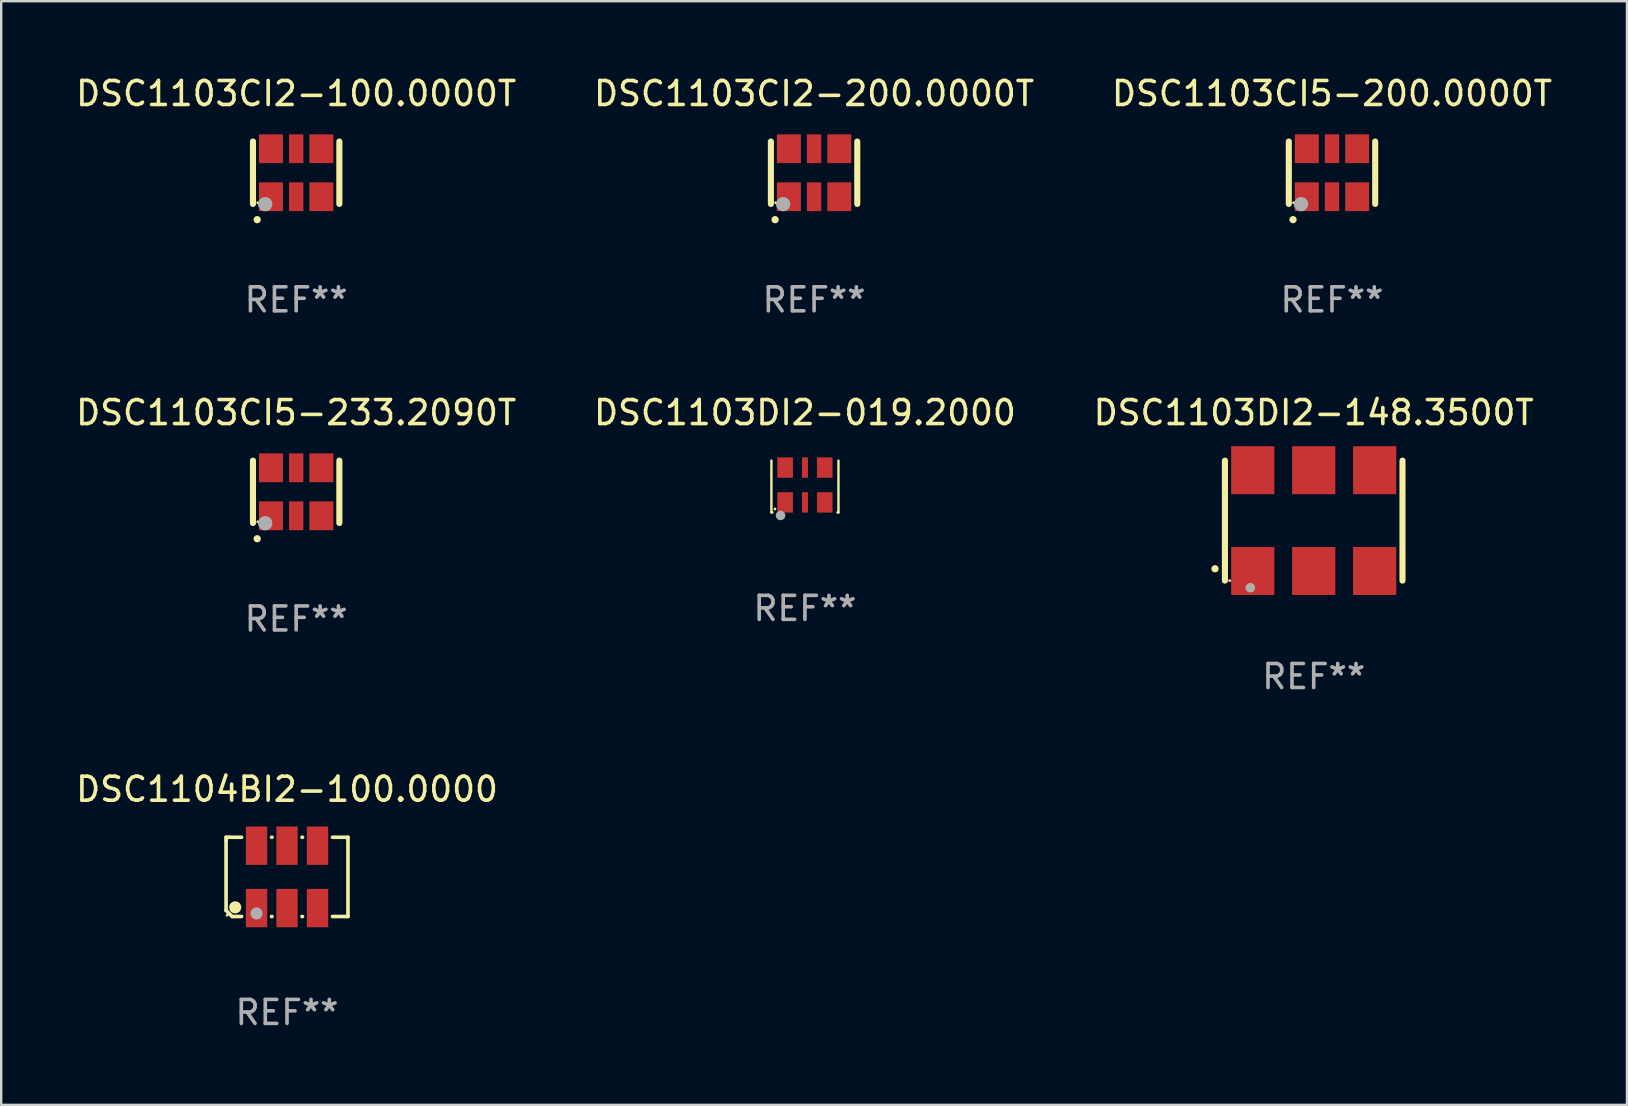
<source format=kicad_pcb>
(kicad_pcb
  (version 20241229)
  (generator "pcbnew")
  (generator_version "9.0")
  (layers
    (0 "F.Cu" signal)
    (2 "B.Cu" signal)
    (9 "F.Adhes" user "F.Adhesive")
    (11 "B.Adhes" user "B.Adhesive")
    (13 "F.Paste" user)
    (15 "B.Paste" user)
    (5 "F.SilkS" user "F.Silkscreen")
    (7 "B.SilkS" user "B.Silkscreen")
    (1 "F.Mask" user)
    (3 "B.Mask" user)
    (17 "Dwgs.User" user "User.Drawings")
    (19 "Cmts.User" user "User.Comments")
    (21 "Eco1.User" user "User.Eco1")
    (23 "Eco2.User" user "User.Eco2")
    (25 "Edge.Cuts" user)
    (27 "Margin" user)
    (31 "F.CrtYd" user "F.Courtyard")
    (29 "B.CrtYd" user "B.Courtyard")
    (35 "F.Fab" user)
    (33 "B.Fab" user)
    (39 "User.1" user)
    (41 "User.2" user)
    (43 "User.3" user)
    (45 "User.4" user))
  (footprint "DSC1103CI2-200.0000T"
    (layer "F.Cu")
    (at 30.875 4.148)
    (property "Reference" "DSC1103CI2-200.0000T" (at 0 -3.3 0) (layer "F.SilkS") (effects (font (size 1 1) (thickness 0.15))))
    (attr through_hole)
    (fp_line (start -1.8 -1.3) (end -1.8 1.3) (stroke (width 0.254) (type solid)) (layer "F.SilkS"))
    (fp_line (start 1.8 -1.3) (end 1.8 1.3) (stroke (width 0.254) (type solid)) (layer "F.SilkS"))
    (fp_arc (start -1.625603 1.955804) (mid -1.624333 1.955799) (end -1.623063 1.955804) (stroke (width 0.3) (type solid)) (layer "F.SilkS"))
    (fp_circle (center -1.6 1.25) (end -1.57 1.25) (stroke (width 0.06) (type solid)) (fill no) (layer "F.SilkS"))
    (fp_circle (center -1.29 1.31) (end -1.14 1.31) (stroke (width 0.3) (type solid)) (fill no) (layer "F.Fab"))
    (fp_text user "REF**" (at 0 5.3 0) (layer "F.Fab") (effects (font (size 1 1) (thickness 0.15))))
    (pad "1" smd rect (at -1.05 1) (size 1 1.2) (layers "F.Cu" "F.Mask" "F.Paste"))
    (pad "2" smd rect (at 0 1) (size 0.6 1.2) (layers "F.Cu" "F.Mask" "F.Paste"))
    (pad "3" smd rect (at 1.05 1) (size 1 1.2) (layers "F.Cu" "F.Mask" "F.Paste"))
    (pad "4" smd rect (at 1.05 -1) (size 1 1.2) (layers "F.Cu" "F.Mask" "F.Paste"))
    (pad "5" smd rect (at 0 -1) (size 0.6 1.2) (layers "F.Cu" "F.Mask" "F.Paste"))
    (pad "6" smd rect (at -1.05 -1) (size 1 1.2) (layers "F.Cu" "F.Mask" "F.Paste")))
  (footprint "DSC1104BI2-100.0000"
    (layer "F.Cu")
    (at 8.911 33.492)
    (property "Reference" "DSC1104BI2-100.0000" (at 0 -3.651 0) (layer "F.SilkS") (effects (font (size 1 1) (thickness 0.15))))
    (attr through_hole)
    (fp_line (start -2.54 -1.651) (end -2.413 -1.651) (stroke (width 0.152) (type solid)) (layer "F.SilkS"))
    (fp_line (start -2.54 -1.524) (end -2.54 -1.651) (stroke (width 0.152) (type solid)) (layer "F.SilkS"))
    (fp_line (start -2.54 1.397) (end -2.54 -1.524) (stroke (width 0.152) (type solid)) (layer "F.SilkS"))
    (fp_line (start -2.413 -1.651) (end -1.895 -1.651) (stroke (width 0.152) (type solid)) (layer "F.SilkS"))
    (fp_line (start -2.286 1.651) (end -2.54 1.397) (stroke (width 0.152) (type solid)) (layer "F.SilkS"))
    (fp_line (start -1.895 1.651) (end -2.286 1.651) (stroke (width 0.152) (type solid)) (layer "F.SilkS"))
    (fp_line (start -0.645 -1.651) (end -0.625 -1.651) (stroke (width 0.152) (type solid)) (layer "F.SilkS"))
    (fp_line (start -0.625 1.651) (end -0.645 1.651) (stroke (width 0.152) (type solid)) (layer "F.SilkS"))
    (fp_line (start 0.625 -1.651) (end 0.645 -1.651) (stroke (width 0.152) (type solid)) (layer "F.SilkS"))
    (fp_line (start 0.645 1.651) (end 0.625 1.651) (stroke (width 0.152) (type solid)) (layer "F.SilkS"))
    (fp_line (start 1.895 -1.651) (end 2.54 -1.651) (stroke (width 0.152) (type solid)) (layer "F.SilkS"))
    (fp_line (start 2.54 -1.651) (end 2.54 1.651) (stroke (width 0.152) (type solid)) (layer "F.SilkS"))
    (fp_line (start 2.54 1.651) (end 1.895 1.651) (stroke (width 0.152) (type solid)) (layer "F.SilkS"))
    (fp_circle (center -2.5 1.6) (end -2.47 1.6) (stroke (width 0.06) (type solid)) (fill no) (layer "F.SilkS"))
    (fp_circle (center -2.159 1.27) (end -2.032 1.27) (stroke (width 0.254) (type solid)) (fill no) (layer "F.SilkS"))
    (fp_circle (center -1.27 1.524) (end -1.143 1.524) (stroke (width 0.254) (type solid)) (fill no) (layer "F.Fab"))
    (fp_text user "REF**" (at 0 5.651 0) (layer "F.Fab") (effects (font (size 1 1) (thickness 0.15))))
    (pad "1" smd rect (at -1.27 1.3) (size 0.89 1.6) (layers "F.Cu" "F.Mask" "F.Paste"))
    (pad "2" smd rect (at 0 1.3) (size 0.89 1.6) (layers "F.Cu" "F.Mask" "F.Paste"))
    (pad "3" smd rect (at 1.27 1.3) (size 0.89 1.6) (layers "F.Cu" "F.Mask" "F.Paste"))
    (pad "4" smd rect (at 1.27 -1.3) (size 0.89 1.6) (layers "F.Cu" "F.Mask" "F.Paste"))
    (pad "5" smd rect (at 0 -1.3) (size 0.89 1.6) (layers "F.Cu" "F.Mask" "F.Paste"))
    (pad "6" smd rect (at -1.27 -1.3) (size 0.89 1.6) (layers "F.Cu" "F.Mask" "F.Paste")))
  (footprint "DSC1103CI5-233.2090T"
    (layer "F.Cu")
    (at 9.292 17.445)
    (property "Reference" "DSC1103CI5-233.2090T" (at 0 -3.3 0) (layer "F.SilkS") (effects (font (size 1 1) (thickness 0.15))))
    (attr through_hole)
    (fp_line (start -1.8 -1.3) (end -1.8 1.3) (stroke (width 0.254) (type solid)) (layer "F.SilkS"))
    (fp_line (start 1.8 -1.3) (end 1.8 1.3) (stroke (width 0.254) (type solid)) (layer "F.SilkS"))
    (fp_arc (start -1.625603 1.955804) (mid -1.624333 1.955799) (end -1.623063 1.955804) (stroke (width 0.3) (type solid)) (layer "F.SilkS"))
    (fp_circle (center -1.6 1.25) (end -1.57 1.25) (stroke (width 0.06) (type solid)) (fill no) (layer "F.SilkS"))
    (fp_circle (center -1.29 1.31) (end -1.14 1.31) (stroke (width 0.3) (type solid)) (fill no) (layer "F.Fab"))
    (fp_text user "REF**" (at 0 5.3 0) (layer "F.Fab") (effects (font (size 1 1) (thickness 0.15))))
    (pad "1" smd rect (at -1.05 1) (size 1 1.2) (layers "F.Cu" "F.Mask" "F.Paste"))
    (pad "2" smd rect (at 0 1) (size 0.6 1.2) (layers "F.Cu" "F.Mask" "F.Paste"))
    (pad "3" smd rect (at 1.05 1) (size 1 1.2) (layers "F.Cu" "F.Mask" "F.Paste"))
    (pad "4" smd rect (at 1.05 -1) (size 1 1.2) (layers "F.Cu" "F.Mask" "F.Paste"))
    (pad "5" smd rect (at 0 -1) (size 0.6 1.2) (layers "F.Cu" "F.Mask" "F.Paste"))
    (pad "6" smd rect (at -1.05 -1) (size 1 1.2) (layers "F.Cu" "F.Mask" "F.Paste")))
  (footprint "DSC1103DI2-019.2000"
    (layer "F.Cu")
    (at 30.494 17.224)
    (property "Reference" "DSC1103DI2-019.2000" (at 0 -3.08 0) (layer "F.SilkS") (effects (font (size 1 1) (thickness 0.15))))
    (attr through_hole)
    (fp_line (start -1.397 -1.08) (end -1.397 1.08) (stroke (width 0.1) (type solid)) (layer "F.SilkS"))
    (fp_line (start -1.397 1.08) (end -1.354 1.08) (stroke (width 0.1) (type solid)) (layer "F.SilkS"))
    (fp_line (start 1.354 1.08) (end 1.397 1.08) (stroke (width 0.1) (type solid)) (layer "F.SilkS"))
    (fp_line (start 1.397 1.08) (end 1.397 -1.08) (stroke (width 0.1) (type solid)) (layer "F.SilkS"))
    (fp_circle (center -1.25 0.937) (end -1.22 0.937) (stroke (width 0.06) (type solid)) (fill no) (layer "F.SilkS"))
    (fp_circle (center -1.016 1.206) (end -0.916 1.206) (stroke (width 0.2) (type solid)) (fill no) (layer "F.Fab"))
    (fp_text user "REF**" (at 0 5.08 0) (layer "F.Fab") (effects (font (size 1 1) (thickness 0.15))))
    (pad "1" smd rect (at -0.825 0.662) (size 0.65 0.85) (layers "F.Cu" "F.Mask" "F.Paste"))
    (pad "2" smd rect (at 0 0.662) (size 0.25 0.85) (layers "F.Cu" "F.Mask" "F.Paste"))
    (pad "3" smd rect (at 0.825 0.662) (size 0.65 0.85) (layers "F.Cu" "F.Mask" "F.Paste"))
    (pad "4" smd rect (at 0.825 -0.789) (size 0.65 0.85) (layers "F.Cu" "F.Mask" "F.Paste"))
    (pad "5" smd rect (at 0 -0.789) (size 0.25 0.85) (layers "F.Cu" "F.Mask" "F.Paste"))
    (pad "6" smd rect (at -0.825 -0.789) (size 0.65 0.85) (layers "F.Cu" "F.Mask" "F.Paste")))
  (footprint "DSC1103CI2-100.0000T"
    (layer "F.Cu")
    (at 9.292 4.148)
    (property "Reference" "DSC1103CI2-100.0000T" (at 0 -3.3 0) (layer "F.SilkS") (effects (font (size 1 1) (thickness 0.15))))
    (attr through_hole)
    (fp_line (start -1.8 -1.3) (end -1.8 1.3) (stroke (width 0.254) (type solid)) (layer "F.SilkS"))
    (fp_line (start 1.8 -1.3) (end 1.8 1.3) (stroke (width 0.254) (type solid)) (layer "F.SilkS"))
    (fp_arc (start -1.625603 1.955804) (mid -1.624333 1.955799) (end -1.623063 1.955804) (stroke (width 0.3) (type solid)) (layer "F.SilkS"))
    (fp_circle (center -1.6 1.25) (end -1.57 1.25) (stroke (width 0.06) (type solid)) (fill no) (layer "F.SilkS"))
    (fp_circle (center -1.29 1.31) (end -1.14 1.31) (stroke (width 0.3) (type solid)) (fill no) (layer "F.Fab"))
    (fp_text user "REF**" (at 0 5.3 0) (layer "F.Fab") (effects (font (size 1 1) (thickness 0.15))))
    (pad "1" smd rect (at -1.05 1) (size 1 1.2) (layers "F.Cu" "F.Mask" "F.Paste"))
    (pad "2" smd rect (at 0 1) (size 0.6 1.2) (layers "F.Cu" "F.Mask" "F.Paste"))
    (pad "3" smd rect (at 1.05 1) (size 1 1.2) (layers "F.Cu" "F.Mask" "F.Paste"))
    (pad "4" smd rect (at 1.05 -1) (size 1 1.2) (layers "F.Cu" "F.Mask" "F.Paste"))
    (pad "5" smd rect (at 0 -1) (size 0.6 1.2) (layers "F.Cu" "F.Mask" "F.Paste"))
    (pad "6" smd rect (at -1.05 -1) (size 1 1.2) (layers "F.Cu" "F.Mask" "F.Paste")))
  (footprint "DSC1103CI5-200.0000T"
    (layer "F.Cu")
    (at 52.458 4.148)
    (property "Reference" "DSC1103CI5-200.0000T" (at 0 -3.3 0) (layer "F.SilkS") (effects (font (size 1 1) (thickness 0.15))))
    (attr through_hole)
    (fp_line (start -1.8 -1.3) (end -1.8 1.3) (stroke (width 0.254) (type solid)) (layer "F.SilkS"))
    (fp_line (start 1.8 -1.3) (end 1.8 1.3) (stroke (width 0.254) (type solid)) (layer "F.SilkS"))
    (fp_arc (start -1.625603 1.955804) (mid -1.624333 1.955799) (end -1.623063 1.955804) (stroke (width 0.3) (type solid)) (layer "F.SilkS"))
    (fp_circle (center -1.6 1.25) (end -1.57 1.25) (stroke (width 0.06) (type solid)) (fill no) (layer "F.SilkS"))
    (fp_circle (center -1.29 1.31) (end -1.14 1.31) (stroke (width 0.3) (type solid)) (fill no) (layer "F.Fab"))
    (fp_text user "REF**" (at 0 5.3 0) (layer "F.Fab") (effects (font (size 1 1) (thickness 0.15))))
    (pad "1" smd rect (at -1.05 1) (size 1 1.2) (layers "F.Cu" "F.Mask" "F.Paste"))
    (pad "2" smd rect (at 0 1) (size 0.6 1.2) (layers "F.Cu" "F.Mask" "F.Paste"))
    (pad "3" smd rect (at 1.05 1) (size 1 1.2) (layers "F.Cu" "F.Mask" "F.Paste"))
    (pad "4" smd rect (at 1.05 -1) (size 1 1.2) (layers "F.Cu" "F.Mask" "F.Paste"))
    (pad "5" smd rect (at 0 -1) (size 0.6 1.2) (layers "F.Cu" "F.Mask" "F.Paste"))
    (pad "6" smd rect (at -1.05 -1) (size 1 1.2) (layers "F.Cu" "F.Mask" "F.Paste")))
  (footprint "DSC1103DI2-148.3500T"
    (layer "F.Cu")
    (at 51.696 18.645)
    (property "Reference" "DSC1103DI2-148.3500T" (at 0 -4.5 0) (layer "F.SilkS") (effects (font (size 1 1) (thickness 0.15))))
    (attr through_hole)
    (fp_line (start -3.7 -2.5) (end -3.7 2.5) (stroke (width 0.254) (type solid)) (layer "F.SilkS"))
    (fp_line (start 3.7 -2.5) (end 3.7 2.5) (stroke (width 0.254) (type solid)) (layer "F.SilkS"))
    (fp_arc (start -4.114415 2.006604) (mid -4.113145 2.006599) (end -4.111875 2.006604) (stroke (width 0.3) (type solid)) (layer "F.SilkS"))
    (fp_circle (center -3.5 2.501) (end -3.47 2.501) (stroke (width 0.06) (type solid)) (fill no) (layer "F.SilkS"))
    (fp_circle (center -2.641 2.799) (end -2.541 2.799) (stroke (width 0.2) (type solid)) (fill no) (layer "F.Fab"))
    (fp_text user "REF**" (at 0 6.5 0) (layer "F.Fab") (effects (font (size 1 1) (thickness 0.15))))
    (pad "1" smd rect (at -2.54 2.1) (size 1.8 2) (layers "F.Cu" "F.Mask" "F.Paste"))
    (pad "2" smd rect (at 0.000394 2.1) (size 1.8 2) (layers "F.Cu" "F.Mask" "F.Paste"))
    (pad "3" smd rect (at 2.54 2.1) (size 1.8 2) (layers "F.Cu" "F.Mask" "F.Paste"))
    (pad "4" smd rect (at 2.54 -2.1) (size 1.8 2) (layers "F.Cu" "F.Mask" "F.Paste"))
    (pad "5" smd rect (at 0.000394 -2.1) (size 1.8 2) (layers "F.Cu" "F.Mask" "F.Paste"))
    (pad "6" smd rect (at -2.54 -2.1) (size 1.8 2) (layers "F.Cu" "F.Mask" "F.Paste")))
  (gr_rect
    (start -3 -3)
    (end 64.75 42.992)
    (stroke (width 0.1) (type default))
    (fill no)
    (layer "Edge.Cuts")))
</source>
